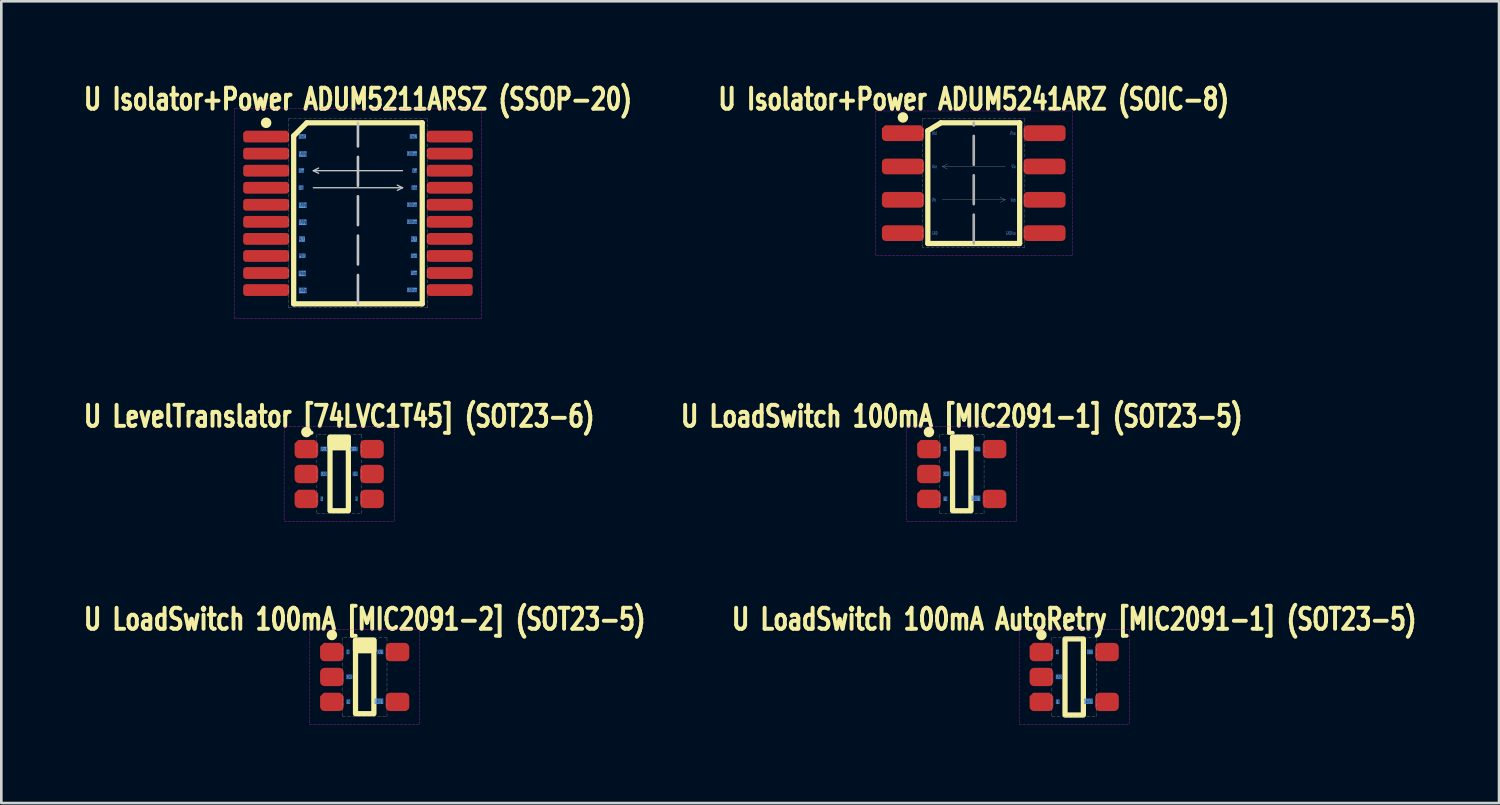
<source format=kicad_pcb>
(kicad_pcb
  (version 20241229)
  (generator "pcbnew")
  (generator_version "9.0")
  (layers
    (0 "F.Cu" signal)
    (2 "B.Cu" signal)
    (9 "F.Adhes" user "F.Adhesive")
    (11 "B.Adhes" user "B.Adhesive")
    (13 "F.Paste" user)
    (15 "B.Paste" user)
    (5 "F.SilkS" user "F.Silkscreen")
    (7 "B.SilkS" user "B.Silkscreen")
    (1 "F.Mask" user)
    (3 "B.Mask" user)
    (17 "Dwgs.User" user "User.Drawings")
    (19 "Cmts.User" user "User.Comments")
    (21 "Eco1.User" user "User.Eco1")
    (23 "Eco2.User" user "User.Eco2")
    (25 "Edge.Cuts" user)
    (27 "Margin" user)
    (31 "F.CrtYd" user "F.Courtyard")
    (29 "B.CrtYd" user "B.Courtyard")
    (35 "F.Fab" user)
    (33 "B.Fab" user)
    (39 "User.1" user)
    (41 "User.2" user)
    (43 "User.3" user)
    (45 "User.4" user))
  (footprint "U LoadSwitch 100mA AutoRetry [MIC2091-1] (SOT23-5)"
    (layer "F.Cu")
    (at 37.895 22.754)
    (property "Reference" "U LoadSwitch 100mA AutoRetry [MIC2091-1] (SOT23-5)" (at 0 -2.2 0) (layer "F.SilkS") (effects (font (size 0.8 0.6) (thickness 0.15))))
    (attr smd)
    (fp_rect (start 0.35 -1.45) (end -0.35 1.45) (stroke (width 0.2) (type default)) (fill no) (layer "F.SilkS"))
    (fp_circle (center -1.25 -1.6) (end -1.1 -1.6) (stroke (width 0.1) (type solid)) (fill yes) (layer "F.SilkS"))
    (fp_rect (start 2.1 -1.8) (end -2.1 1.8) (stroke (width 0.01) (type dash)) (fill no) (layer "F.CrtYd"))
    (fp_rect (start 0.85 -1.5) (end -0.85 1.5) (stroke (width 0.01) (type dash_dot)) (fill no) (layer "F.Fab"))
    (fp_text user "GND" (at -0.7 0 0) (layer "Cmts.User" knockout) (effects (font (size 0.13 0.07) (thickness 0.01) (bold yes)) (justify left)))
    (fp_text user "OUT" (at 0.7 -0.95 0) (layer "Cmts.User" knockout) (effects (font (size 0.13 0.07) (thickness 0.01) (bold yes)) (justify right)))
    (fp_text user "~{FAULT}" (at 0.7 0.95 0) (layer "Cmts.User" knockout) (effects (font (size 0.13 0.07) (thickness 0.01) (bold yes)) (justify right)))
    (fp_text user "IN" (at -0.7 -0.95 0) (layer "Cmts.User" knockout) (effects (font (size 0.13 0.07) (thickness 0.01) (bold yes)) (justify left)))
    (fp_text user "EN" (at -0.7 0.95 0) (layer "Cmts.User" knockout) (effects (font (size 0.13 0.07) (thickness 0.01) (bold yes)) (justify left)))
    (pad "1" smd roundrect (at -1.25 -0.95) (size 0.9 0.7) (layers "F.Cu" "F.Mask" "F.Paste") (roundrect_rratio 0.25) (chamfer_ratio 0.2) (chamfer top_left top_right))
    (pad "2" smd roundrect (at -1.25 0) (size 0.9 0.7) (layers "F.Cu" "F.Mask" "F.Paste") (roundrect_rratio 0.25))
    (pad "3" smd roundrect (at -1.25 0.95) (size 0.9 0.7) (layers "F.Cu" "F.Mask" "F.Paste") (roundrect_rratio 0.25) (chamfer_ratio 0.2) (chamfer top_left top_right))
    (pad "4" smd roundrect (at 1.25 0.95) (size 0.9 0.7) (layers "F.Cu" "F.Mask" "F.Paste") (roundrect_rratio 0.25))
    (pad "5" smd roundrect (at 1.25 -0.95) (size 0.9 0.7) (layers "F.Cu" "F.Mask" "F.Paste") (roundrect_rratio 0.25)))
  (footprint "U Isolator+Power ADUM5241ARZ (SOIC-8)"
    (layer "F.Cu")
    (at 34.066 3.931)
    (property "Reference" "U Isolator+Power ADUM5241ARZ (SOIC-8)" (at 0 -3.2 0) (layer "F.SilkS") (effects (font (size 0.8 0.6) (thickness 0.15))))
    (attr smd)
    (fp_line (start -1.75 -2) (end -1.25 -2.3) (stroke (width 0.2) (type default)) (layer "F.SilkS"))
    (fp_line (start -1.75 2.3) (end -1.75 -2) (stroke (width 0.2) (type default)) (layer "F.SilkS"))
    (fp_line (start -1.25 -2.3) (end 1.75 -2.3) (stroke (width 0.2) (type default)) (layer "F.SilkS"))
    (fp_line (start 1.75 -2.3) (end 1.75 2.3) (stroke (width 0.2) (type default)) (layer "F.SilkS"))
    (fp_line (start 1.75 2.3) (end -1.75 2.3) (stroke (width 0.2) (type default)) (layer "F.SilkS"))
    (fp_circle (center -2.7 -2.505) (end -2.55 -2.505) (stroke (width 0.1) (type solid)) (fill yes) (layer "F.SilkS"))
    (fp_rect (start -3.75 -2.75) (end 3.75 2.75) (stroke (width 0.01) (type dash)) (fill no) (layer "F.CrtYd"))
    (fp_line (start -1 -0.735) (end -1.2 -0.635) (stroke (width 0.01) (type default)) (layer "F.Fab"))
    (fp_line (start -1 -0.535) (end -1.2 -0.635) (stroke (width 0.01) (type default)) (layer "F.Fab"))
    (fp_line (start 0 2.3) (end 0 -2.3) (stroke (width 0.1) (type dash)) (layer "F.Fab"))
    (fp_line (start 1 0.535) (end 1.2 0.635) (stroke (width 0.01) (type default)) (layer "F.Fab"))
    (fp_line (start 1 0.735) (end 1.2 0.635) (stroke (width 0.01) (type default)) (layer "F.Fab"))
    (fp_line (start 1.2 -0.635) (end -1.2 -0.635) (stroke (width 0.01) (type default)) (layer "F.Fab"))
    (fp_line (start 1.2 0.635) (end -1.2 0.635) (stroke (width 0.01) (type default)) (layer "F.Fab"))
    (fp_rect (start -1.95 -2.45) (end 1.95 2.45) (stroke (width 0.01) (type dash_dot)) (fill no) (layer "F.Fab"))
    (fp_text user "GND" (at -1.6 1.905 0) (layer "Cmts.User") (effects (font (size 0.13 0.07) (thickness 0.01)) (justify left)))
    (fp_text user "Via" (at 1.6 -0.635 0) (layer "Cmts.User") (effects (font (size 0.13 0.07) (thickness 0.01)) (justify right)))
    (fp_text user "Viso" (at 1.6 -1.905 0) (layer "Cmts.User") (effects (font (size 0.13 0.07) (thickness 0.01) (bold yes)) (justify right)))
    (fp_text user "Vob" (at 1.6 0.635 0) (layer "Cmts.User") (effects (font (size 0.13 0.07) (thickness 0.01)) (justify right)))
    (fp_text user "Vdd" (at -1.6 -1.905 0) (layer "Cmts.User") (effects (font (size 0.13 0.07) (thickness 0.01)) (justify left)))
    (fp_text user "Voa" (at -1.6 -0.635 0) (layer "Cmts.User") (effects (font (size 0.13 0.07) (thickness 0.01)) (justify left)))
    (fp_text user "Vib" (at -1.6 0.635 0) (layer "Cmts.User") (effects (font (size 0.13 0.07) (thickness 0.01)) (justify left)))
    (fp_text user "GNDiso" (at 1.6 1.905 0) (layer "Cmts.User") (effects (font (size 0.13 0.07) (thickness 0.01) (bold yes)) (justify right)))
    (pad "1" smd roundrect (at -2.7 -1.905) (size 1.6 0.6) (layers "F.Cu" "F.Mask" "F.Paste") (roundrect_rratio 0.25) (chamfer_ratio 0.2) (chamfer top_left top_right))
    (pad "2" smd roundrect (at -2.7 -0.635) (size 1.6 0.6) (layers "F.Cu" "F.Mask" "F.Paste") (roundrect_rratio 0.25))
    (pad "3" smd roundrect (at -2.7 0.635) (size 1.6 0.6) (layers "F.Cu" "F.Mask" "F.Paste") (roundrect_rratio 0.25))
    (pad "4" smd roundrect (at -2.7 1.905) (size 1.6 0.6) (layers "F.Cu" "F.Mask" "F.Paste") (roundrect_rratio 0.25))
    (pad "5" smd roundrect (at 2.7 1.905) (size 1.6 0.6) (layers "F.Cu" "F.Mask" "F.Paste") (roundrect_rratio 0.25))
    (pad "6" smd roundrect (at 2.7 0.635) (size 1.6 0.6) (layers "F.Cu" "F.Mask" "F.Paste") (roundrect_rratio 0.25))
    (pad "7" smd roundrect (at 2.7 -0.635) (size 1.6 0.6) (layers "F.Cu" "F.Mask" "F.Paste") (roundrect_rratio 0.25))
    (pad "8" smd roundrect (at 2.7 -1.905) (size 1.6 0.6) (layers "F.Cu" "F.Mask" "F.Paste") (roundrect_rratio 0.25)))
  (footprint "U LoadSwitch 100mA [MIC2091-2] (SOT23-5)"
    (layer "F.Cu")
    (at 10.851 22.754)
    (property "Reference" "U LoadSwitch 100mA [MIC2091-2] (SOT23-5)" (at 0 -2.2 0) (layer "F.SilkS") (effects (font (size 0.8 0.6) (thickness 0.15))))
    (attr smd)
    (fp_rect (start 0.35 -1.4) (end -0.35 -1) (stroke (width 0.2) (type solid)) (fill yes) (layer "F.SilkS"))
    (fp_rect (start 0.35 -1.4) (end -0.35 1.4) (stroke (width 0.2) (type default)) (fill no) (layer "F.SilkS"))
    (fp_circle (center -1.25 -1.6) (end -1.1 -1.6) (stroke (width 0.1) (type solid)) (fill yes) (layer "F.SilkS"))
    (fp_rect (start 2.1 -1.8) (end -2.1 1.8) (stroke (width 0.01) (type dash)) (fill no) (layer "F.CrtYd"))
    (fp_rect (start 0.85 -1.5) (end -0.85 1.5) (stroke (width 0.01) (type dash_dot)) (fill no) (layer "F.Fab"))
    (fp_text user "OUT" (at 0.7 -0.95 0) (layer "Cmts.User" knockout) (effects (font (size 0.13 0.07) (thickness 0.01) (bold yes)) (justify right)))
    (fp_text user "GND" (at -0.7 0 0) (layer "Cmts.User" knockout) (effects (font (size 0.13 0.07) (thickness 0.01) (bold yes)) (justify left)))
    (fp_text user "~{FAULT}" (at 0.7 0.95 0) (layer "Cmts.User" knockout) (effects (font (size 0.13 0.07) (thickness 0.01) (bold yes)) (justify right)))
    (fp_text user "EN" (at -0.7 0.95 0) (layer "Cmts.User" knockout) (effects (font (size 0.13 0.07) (thickness 0.01) (bold yes)) (justify left)))
    (fp_text user "IN" (at -0.7 -0.95 0) (layer "Cmts.User" knockout) (effects (font (size 0.13 0.07) (thickness 0.01) (bold yes)) (justify left)))
    (pad "1" smd roundrect (at -1.25 -0.95) (size 0.9 0.7) (layers "F.Cu" "F.Mask" "F.Paste") (roundrect_rratio 0.25) (chamfer_ratio 0.2) (chamfer top_left top_right))
    (pad "2" smd roundrect (at -1.25 0) (size 0.9 0.7) (layers "F.Cu" "F.Mask" "F.Paste") (roundrect_rratio 0.25))
    (pad "3" smd roundrect (at -1.25 0.95) (size 0.9 0.7) (layers "F.Cu" "F.Mask" "F.Paste") (roundrect_rratio 0.25) (chamfer_ratio 0.2) (chamfer top_left top_right))
    (pad "4" smd roundrect (at 1.25 0.95) (size 0.9 0.7) (layers "F.Cu" "F.Mask" "F.Paste") (roundrect_rratio 0.25))
    (pad "5" smd roundrect (at 1.25 -0.95) (size 0.9 0.7) (layers "F.Cu" "F.Mask" "F.Paste") (roundrect_rratio 0.25)))
  (footprint "U LevelTranslator [74LVC1T45] (SOT23-6)"
    (layer "F.Cu")
    (at 9.879 15.018)
    (property "Reference" "U LevelTranslator [74LVC1T45] (SOT23-6)" (at 0 -2.2 0) (layer "F.SilkS") (effects (font (size 0.8 0.6) (thickness 0.15))))
    (attr smd)
    (fp_rect (start 0.35 -1.4) (end -0.35 -1) (stroke (width 0.2) (type solid)) (fill yes) (layer "F.SilkS"))
    (fp_rect (start 0.35 -1.4) (end -0.35 1.4) (stroke (width 0.2) (type default)) (fill no) (layer "F.SilkS"))
    (fp_circle (center -1.25 -1.6) (end -1.1 -1.6) (stroke (width 0.1) (type solid)) (fill yes) (layer "F.SilkS"))
    (fp_rect (start 2.1 -1.8) (end -2.1 1.8) (stroke (width 0.01) (type dash)) (fill no) (layer "F.CrtYd"))
    (fp_rect (start 0.85 -1.5) (end -0.85 1.5) (stroke (width 0.01) (type dash_dot)) (fill no) (layer "F.Fab"))
    (fp_text user "B" (at 0.7 0.95 0) (layer "Cmts.User" knockout) (effects (font (size 0.13 0.07) (thickness 0.01) (bold yes)) (justify right)))
    (fp_text user "VccA" (at -0.7 -0.95 0) (layer "Cmts.User" knockout) (effects (font (size 0.13 0.07) (thickness 0.01) (bold yes)) (justify left)))
    (fp_text user "A" (at -0.7 0.95 0) (layer "Cmts.User" knockout) (effects (font (size 0.13 0.07) (thickness 0.01) (bold yes)) (justify left)))
    (fp_text user "DIR" (at 0.7 0 0) (layer "Cmts.User" knockout) (effects (font (size 0.13 0.07) (thickness 0.01) (bold yes)) (justify right)))
    (fp_text user "VccB" (at 0.7 -0.95 0) (layer "Cmts.User" knockout) (effects (font (size 0.13 0.07) (thickness 0.01) (bold yes)) (justify right)))
    (fp_text user "GND" (at -0.7 0 0) (layer "Cmts.User" knockout) (effects (font (size 0.13 0.07) (thickness 0.01) (bold yes)) (justify left)))
    (pad "1" smd roundrect (at -1.25 -0.95) (size 0.9 0.7) (layers "F.Cu" "F.Mask" "F.Paste") (roundrect_rratio 0.25) (chamfer_ratio 0.2) (chamfer top_left top_right))
    (pad "2" smd roundrect (at -1.25 0) (size 0.9 0.7) (layers "F.Cu" "F.Mask" "F.Paste") (roundrect_rratio 0.25))
    (pad "3" smd roundrect (at -1.25 0.95) (size 0.9 0.7) (layers "F.Cu" "F.Mask" "F.Paste") (roundrect_rratio 0.25) (chamfer_ratio 0.2) (chamfer top_left top_right))
    (pad "4" smd roundrect (at 1.25 0.95) (size 0.9 0.7) (layers "F.Cu" "F.Mask" "F.Paste") (roundrect_rratio 0.25))
    (pad "5" smd roundrect (at 1.25 0) (size 0.9 0.7) (layers "F.Cu" "F.Mask" "F.Paste") (roundrect_rratio 0.25))
    (pad "6" smd roundrect (at 1.25 -0.95) (size 0.9 0.7) (layers "F.Cu" "F.Mask" "F.Paste") (roundrect_rratio 0.25)))
  (footprint "U LoadSwitch 100mA [MIC2091-1] (SOT23-5)"
    (layer "F.Cu")
    (at 33.609 15.018)
    (property "Reference" "U LoadSwitch 100mA [MIC2091-1] (SOT23-5)" (at 0 -2.2 0) (layer "F.SilkS") (effects (font (size 0.8 0.6) (thickness 0.15))))
    (attr smd)
    (fp_rect (start 0.35 -1.4) (end -0.35 -1) (stroke (width 0.2) (type solid)) (fill yes) (layer "F.SilkS"))
    (fp_rect (start 0.35 -1.4) (end -0.35 1.4) (stroke (width 0.2) (type default)) (fill no) (layer "F.SilkS"))
    (fp_circle (center -1.25 -1.6) (end -1.1 -1.6) (stroke (width 0.1) (type solid)) (fill yes) (layer "F.SilkS"))
    (fp_rect (start 2.1 -1.8) (end -2.1 1.8) (stroke (width 0.01) (type dash)) (fill no) (layer "F.CrtYd"))
    (fp_rect (start 0.85 -1.5) (end -0.85 1.5) (stroke (width 0.01) (type dash_dot)) (fill no) (layer "F.Fab"))
    (fp_text user "EN" (at -0.7 0.95 0) (layer "Cmts.User" knockout) (effects (font (size 0.13 0.07) (thickness 0.01) (bold yes)) (justify left)))
    (fp_text user "IN" (at -0.7 -0.95 0) (layer "Cmts.User" knockout) (effects (font (size 0.13 0.07) (thickness 0.01) (bold yes)) (justify left)))
    (fp_text user "OUT" (at 0.7 -0.95 0) (layer "Cmts.User" knockout) (effects (font (size 0.13 0.07) (thickness 0.01) (bold yes)) (justify right)))
    (fp_text user "~{FAULT}" (at 0.7 0.95 0) (layer "Cmts.User" knockout) (effects (font (size 0.13 0.07) (thickness 0.01) (bold yes)) (justify right)))
    (fp_text user "GND" (at -0.7 0 0) (layer "Cmts.User" knockout) (effects (font (size 0.13 0.07) (thickness 0.01) (bold yes)) (justify left)))
    (pad "1" smd roundrect (at -1.25 -0.95) (size 0.9 0.7) (layers "F.Cu" "F.Mask" "F.Paste") (roundrect_rratio 0.25) (chamfer_ratio 0.2) (chamfer top_left top_right))
    (pad "2" smd roundrect (at -1.25 0) (size 0.9 0.7) (layers "F.Cu" "F.Mask" "F.Paste") (roundrect_rratio 0.25))
    (pad "3" smd roundrect (at -1.25 0.95) (size 0.9 0.7) (layers "F.Cu" "F.Mask" "F.Paste") (roundrect_rratio 0.25) (chamfer_ratio 0.2) (chamfer top_left top_right))
    (pad "4" smd roundrect (at 1.25 0.95) (size 0.9 0.7) (layers "F.Cu" "F.Mask" "F.Paste") (roundrect_rratio 0.25))
    (pad "5" smd roundrect (at 1.25 -0.95) (size 0.9 0.7) (layers "F.Cu" "F.Mask" "F.Paste") (roundrect_rratio 0.25)))
  (footprint "U Isolator+Power ADUM5211ARSZ (SSOP-20)"
    (layer "F.Cu")
    (at 10.594 5.081)
    (property "Reference" "U Isolator+Power ADUM5211ARSZ (SSOP-20)" (at 0 -4.35 0) (layer "F.SilkS") (effects (font (size 0.8 0.6) (thickness 0.15))))
    (attr smd)
    (fp_line (start -2.45 -2.95) (end -1.95 -3.45) (stroke (width 0.2) (type default)) (layer "F.SilkS"))
    (fp_line (start -2.45 3.45) (end -2.45 -2.95) (stroke (width 0.2) (type default)) (layer "F.SilkS"))
    (fp_line (start -1.95 -3.45) (end 2.45 -3.45) (stroke (width 0.2) (type default)) (layer "F.SilkS"))
    (fp_line (start 2.45 -3.45) (end 2.45 3.45) (stroke (width 0.2) (type default)) (layer "F.SilkS"))
    (fp_line (start 2.45 3.45) (end -2.45 3.45) (stroke (width 0.2) (type default)) (layer "F.SilkS"))
    (fp_circle (center -3.5 -3.45) (end -3.35 -3.45) (stroke (width 0.1) (type solid)) (fill yes) (layer "F.SilkS"))
    (fp_line (start -1.5 -1.725) (end -1.7 -1.625) (stroke (width 0.05) (type default)) (layer "Dwgs.User"))
    (fp_line (start -1.5 -1.525) (end -1.7 -1.625) (stroke (width 0.05) (type default)) (layer "Dwgs.User"))
    (fp_line (start 0 3.45) (end 0 -3.45) (stroke (width 0.1) (type dash)) (layer "Dwgs.User"))
    (fp_line (start 1.5 -1.075) (end 1.7 -0.975) (stroke (width 0.05) (type default)) (layer "Dwgs.User"))
    (fp_line (start 1.5 -0.875) (end 1.7 -0.975) (stroke (width 0.05) (type default)) (layer "Dwgs.User"))
    (fp_line (start 1.7 -1.625) (end -1.7 -1.625) (stroke (width 0.05) (type default)) (layer "Dwgs.User"))
    (fp_line (start 1.7 -0.975) (end -1.7 -0.975) (stroke (width 0.05) (type default)) (layer "Dwgs.User"))
    (fp_rect (start -4.7 -4) (end 4.7 4) (stroke (width 0.01) (type dash)) (fill no) (layer "F.CrtYd"))
    (fp_rect (start -2.65 -3.6) (end 2.65 3.6) (stroke (width 0.01) (type dash_dot)) (fill no) (layer "F.Fab"))
    (fp_text user "GNDiso" (at 2.25 -2.275 0) (layer "Cmts.User" knockout) (effects (font (size 0.13 0.07) (thickness 0.01)) (justify right)))
    (fp_text user "Vdd1" (at -2.25 -2.925 0) (layer "Cmts.User" knockout) (effects (font (size 0.13 0.07) (thickness 0.01)) (justify left)))
    (fp_text user "Vib" (at -2.25 -0.975 0) (layer "Cmts.User" knockout) (effects (font (size 0.13 0.07) (thickness 0.01) (bold yes)) (justify left)))
    (fp_text user "GNDiso" (at 2.25 0.325 0) (layer "Cmts.User" knockout) (effects (font (size 0.13 0.07) (thickness 0.01)) (justify right)))
    (fp_text user "N/C" (at 2.25 0.975 0) (layer "Cmts.User" knockout) (effects (font (size 0.13 0.07) (thickness 0.01) (bold yes)) (justify right)))
    (fp_text user "GNDp" (at -2.25 2.925 0) (layer "Cmts.User" knockout) (effects (font (size 0.13 0.07) (thickness 0.01)) (justify left)))
    (fp_text user "GNDp" (at -2.25 -0.325 0) (layer "Cmts.User" knockout) (effects (font (size 0.13 0.07) (thickness 0.01)) (justify left)))
    (fp_text user "PDIS" (at -2.25 1.625 0) (layer "Cmts.User" knockout) (effects (font (size 0.13 0.07) (thickness 0.01)) (justify left)))
    (fp_text user "Vob" (at 2.25 -0.975 0) (layer "Cmts.User" knockout) (effects (font (size 0.13 0.07) (thickness 0.01)) (justify right)))
    (fp_text user "Viso" (at 2.25 2.275 0) (layer "Cmts.User" knockout) (effects (font (size 0.13 0.07) (thickness 0.01)) (justify right)))
    (fp_text user "Via" (at 2.25 -1.625 0) (layer "Cmts.User" knockout) (effects (font (size 0.13 0.07) (thickness 0.01)) (justify right)))
    (fp_text user "Vsel" (at 2.25 1.625 0) (layer "Cmts.User" knockout) (effects (font (size 0.13 0.07) (thickness 0.01) (bold yes)) (justify right)))
    (fp_text user "Vdd2" (at 2.25 -2.925 0) (layer "Cmts.User" knockout) (effects (font (size 0.13 0.07) (thickness 0.01)) (justify right)))
    (fp_text user "Vddp" (at -2.25 2.275 0) (layer "Cmts.User" knockout) (effects (font (size 0.13 0.07) (thickness 0.01)) (justify left)))
    (fp_text user "Voa" (at -2.25 -1.625 0) (layer "Cmts.User" knockout) (effects (font (size 0.13 0.07) (thickness 0.01)) (justify left)))
    (fp_text user "GNDp" (at -2.25 0.325 0) (layer "Cmts.User" knockout) (effects (font (size 0.13 0.07) (thickness 0.01) (bold yes)) (justify left)))
    (fp_text user "GNDiso" (at 2.25 2.925 0) (layer "Cmts.User" knockout) (effects (font (size 0.13 0.07) (thickness 0.01)) (justify right)))
    (fp_text user "N/C" (at -2.25 0.975 0) (layer "Cmts.User" knockout) (effects (font (size 0.13 0.07) (thickness 0.01)) (justify left)))
    (fp_text user "GNDiso" (at 2.25 -0.325 0) (layer "Cmts.User" knockout) (effects (font (size 0.13 0.07) (thickness 0.01)) (justify right)))
    (fp_text user "GNDp" (at -2.25 -2.275 0) (layer "Cmts.User" knockout) (effects (font (size 0.13 0.07) (thickness 0.01)) (justify left)))
    (pad "1" smd roundrect (at -3.5 -2.925) (size 1.75 0.45) (layers "F.Cu" "F.Mask" "F.Paste") (roundrect_rratio 0.25) (chamfer_ratio 0.2) (chamfer top_left top_right))
    (pad "2" smd roundrect (at -3.5 -2.275) (size 1.75 0.45) (layers "F.Cu" "F.Mask" "F.Paste") (roundrect_rratio 0.25))
    (pad "3" smd roundrect (at -3.5 -1.625) (size 1.75 0.45) (layers "F.Cu" "F.Mask" "F.Paste") (roundrect_rratio 0.25))
    (pad "4" smd roundrect (at -3.5 -0.975) (size 1.75 0.45) (layers "F.Cu" "F.Mask" "F.Paste") (roundrect_rratio 0.25))
    (pad "5" smd roundrect (at -3.5 -0.325) (size 1.75 0.45) (layers "F.Cu" "F.Mask" "F.Paste") (roundrect_rratio 0.25))
    (pad "6" smd roundrect (at -3.5 0.325) (size 1.75 0.45) (layers "F.Cu" "F.Mask" "F.Paste") (roundrect_rratio 0.25))
    (pad "7" smd roundrect (at -3.5 0.975) (size 1.75 0.45) (layers "F.Cu" "F.Mask" "F.Paste") (roundrect_rratio 0.25))
    (pad "8" smd roundrect (at -3.5 1.625) (size 1.75 0.45) (layers "F.Cu" "F.Mask" "F.Paste") (roundrect_rratio 0.25))
    (pad "9" smd roundrect (at -3.5 2.275) (size 1.75 0.45) (layers "F.Cu" "F.Mask" "F.Paste") (roundrect_rratio 0.25))
    (pad "10" smd roundrect (at -3.5 2.925) (size 1.75 0.45) (layers "F.Cu" "F.Mask" "F.Paste") (roundrect_rratio 0.25))
    (pad "11" smd roundrect (at 3.5 2.925) (size 1.75 0.45) (layers "F.Cu" "F.Mask" "F.Paste") (roundrect_rratio 0.25))
    (pad "12" smd roundrect (at 3.5 2.275) (size 1.75 0.45) (layers "F.Cu" "F.Mask" "F.Paste") (roundrect_rratio 0.25))
    (pad "13" smd roundrect (at 3.5 1.625) (size 1.75 0.45) (layers "F.Cu" "F.Mask" "F.Paste") (roundrect_rratio 0.25))
    (pad "14" smd roundrect (at 3.5 0.975) (size 1.75 0.45) (layers "F.Cu" "F.Mask" "F.Paste") (roundrect_rratio 0.25))
    (pad "15" smd roundrect (at 3.5 0.325) (size 1.75 0.45) (layers "F.Cu" "F.Mask" "F.Paste") (roundrect_rratio 0.25))
    (pad "16" smd roundrect (at 3.5 -0.325) (size 1.75 0.45) (layers "F.Cu" "F.Mask" "F.Paste") (roundrect_rratio 0.25))
    (pad "17" smd roundrect (at 3.5 -0.975) (size 1.75 0.45) (layers "F.Cu" "F.Mask" "F.Paste") (roundrect_rratio 0.25))
    (pad "18" smd roundrect (at 3.5 -1.625) (size 1.75 0.45) (layers "F.Cu" "F.Mask" "F.Paste") (roundrect_rratio 0.25))
    (pad "19" smd roundrect (at 3.5 -2.275) (size 1.75 0.45) (layers "F.Cu" "F.Mask" "F.Paste") (roundrect_rratio 0.25))
    (pad "20" smd roundrect (at 3.5 -2.925) (size 1.75 0.45) (layers "F.Cu" "F.Mask" "F.Paste") (roundrect_rratio 0.25)))
  (gr_rect
    (start -3 -3)
    (end 54.089 27.559)
    (stroke (width 0.1) (type default))
    (fill no)
    (layer "Edge.Cuts")))
</source>
